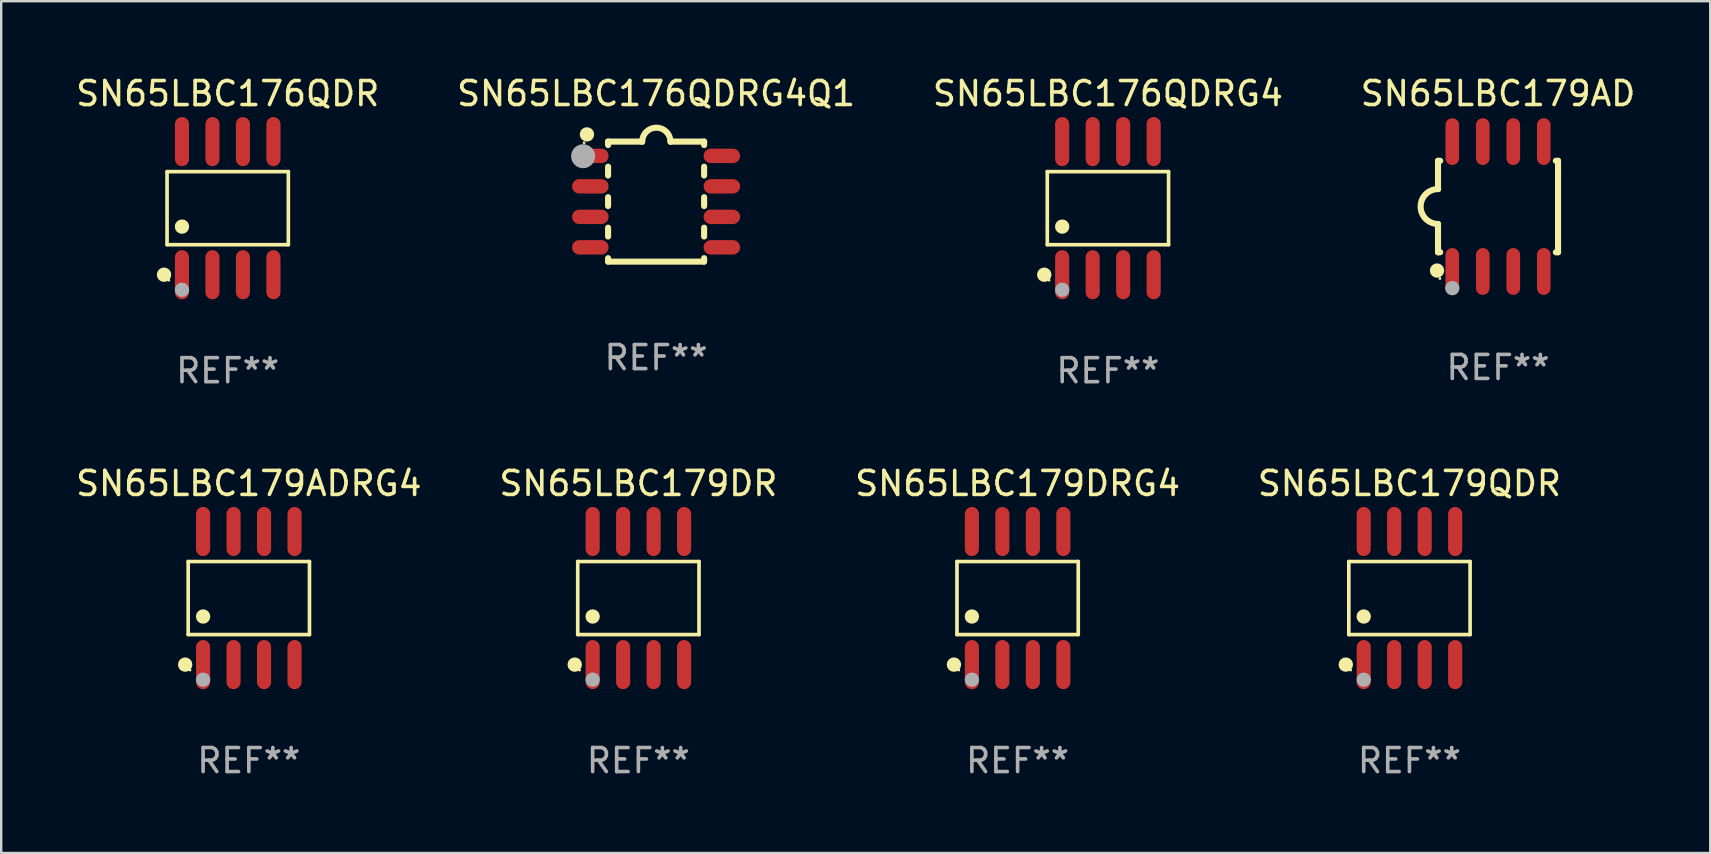
<source format=kicad_pcb>
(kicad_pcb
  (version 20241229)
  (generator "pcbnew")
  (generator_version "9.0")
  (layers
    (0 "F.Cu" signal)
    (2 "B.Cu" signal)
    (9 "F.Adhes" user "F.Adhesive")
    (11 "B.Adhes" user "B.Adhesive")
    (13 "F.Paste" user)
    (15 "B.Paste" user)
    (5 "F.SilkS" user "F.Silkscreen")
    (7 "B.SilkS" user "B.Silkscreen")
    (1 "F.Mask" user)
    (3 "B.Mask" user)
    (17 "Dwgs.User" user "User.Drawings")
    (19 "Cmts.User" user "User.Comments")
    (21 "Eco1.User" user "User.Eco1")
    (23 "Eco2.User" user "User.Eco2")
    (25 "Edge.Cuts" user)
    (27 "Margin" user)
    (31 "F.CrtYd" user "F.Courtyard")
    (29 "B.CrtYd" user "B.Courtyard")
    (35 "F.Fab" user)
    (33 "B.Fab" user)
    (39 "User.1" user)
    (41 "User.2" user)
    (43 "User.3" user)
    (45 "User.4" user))
  (footprint "SN65LBC179AD"
    (layer "F.Cu")
    (at 59.351 5.553)
    (property "Reference" "SN65LBC179AD" (at 0 -4.705 0) (layer "F.SilkS") (effects (font (size 1 1) (thickness 0.15))))
    (attr through_hole)
    (fp_line (start -2.5 -1.905) (end -2.409 -1.905) (stroke (width 0.254) (type solid)) (layer "F.SilkS"))
    (fp_line (start -2.5 -1.5) (end -2.5 -1.905) (stroke (width 0.254) (type solid)) (layer "F.SilkS"))
    (fp_line (start -2.5 -1.5) (end -2.5 -0.726) (stroke (width 0.254) (type solid)) (layer "F.SilkS"))
    (fp_line (start -2.5 1.5) (end -2.5 0.727) (stroke (width 0.254) (type solid)) (layer "F.SilkS"))
    (fp_line (start -2.5 1.5) (end -2.5 1.905) (stroke (width 0.254) (type solid)) (layer "F.SilkS"))
    (fp_line (start -2.5 1.905) (end -2.409 1.905) (stroke (width 0.254) (type solid)) (layer "F.SilkS"))
    (fp_line (start 2.5 -1.905) (end 2.409 -1.905) (stroke (width 0.254) (type solid)) (layer "F.SilkS"))
    (fp_line (start 2.5 -1.5) (end 2.5 -1.905) (stroke (width 0.254) (type solid)) (layer "F.SilkS"))
    (fp_line (start 2.5 -1.5) (end 2.5 1.5) (stroke (width 0.254) (type solid)) (layer "F.SilkS"))
    (fp_line (start 2.5 1.5) (end 2.5 1.905) (stroke (width 0.254) (type solid)) (layer "F.SilkS"))
    (fp_line (start 2.5 1.905) (end 2.409 1.905) (stroke (width 0.254) (type solid)) (layer "F.SilkS"))
    (fp_arc (start -2.5 0.726568) (mid -3.220316 -0.0023) (end -2.495097 -0.726289) (stroke (width 0.254001) (type solid)) (layer "F.SilkS"))
    (fp_circle (center -2.54 2.667) (end -2.39 2.667) (stroke (width 0.3) (type solid)) (fill no) (layer "F.SilkS"))
    (fp_circle (center -2.42 3) (end -2.39 3) (stroke (width 0.06) (type solid)) (fill no) (layer "F.SilkS"))
    (fp_circle (center -1.905 3.4) (end -1.755 3.4) (stroke (width 0.3) (type solid)) (fill no) (layer "F.Fab"))
    (fp_text user "REF**" (at 0 6.705 0) (layer "F.Fab") (effects (font (size 1 1) (thickness 0.15))))
    (pad "1" smd oval (at -1.905 2.705) (size 0.568 1.95) (layers "F.Cu" "F.Mask" "F.Paste"))
    (pad "2" smd oval (at -0.635 2.705) (size 0.568 1.95) (layers "F.Cu" "F.Mask" "F.Paste"))
    (pad "3" smd oval (at 0.635 2.705) (size 0.568 1.95) (layers "F.Cu" "F.Mask" "F.Paste"))
    (pad "4" smd oval (at 1.905 2.705) (size 0.568 1.95) (layers "F.Cu" "F.Mask" "F.Paste"))
    (pad "5" smd oval (at 1.905 -2.705) (size 0.568 1.95) (layers "F.Cu" "F.Mask" "F.Paste"))
    (pad "6" smd oval (at 0.635 -2.705) (size 0.568 1.95) (layers "F.Cu" "F.Mask" "F.Paste"))
    (pad "7" smd oval (at -0.635 -2.705) (size 0.568 1.95) (layers "F.Cu" "F.Mask" "F.Paste"))
    (pad "8" smd oval (at -1.905 -2.705) (size 0.568 1.95) (layers "F.Cu" "F.Mask" "F.Paste")))
  (footprint "SN65LBC179QDR"
    (layer "F.Cu")
    (at 55.661 21.862)
    (property "Reference" "SN65LBC179QDR" (at 0 -4.772 0) (layer "F.SilkS") (effects (font (size 1 1) (thickness 0.15))))
    (attr through_hole)
    (fp_line (start -2.526 -1.521) (end 2.526 -1.521) (stroke (width 0.152) (type solid)) (layer "F.SilkS"))
    (fp_line (start -2.526 1.521) (end -2.526 -1.521) (stroke (width 0.152) (type solid)) (layer "F.SilkS"))
    (fp_line (start 2.526 -1.521) (end 2.526 1.521) (stroke (width 0.152) (type solid)) (layer "F.SilkS"))
    (fp_line (start 2.526 1.521) (end -2.526 1.521) (stroke (width 0.152) (type solid)) (layer "F.SilkS"))
    (fp_circle (center -2.652 2.772) (end -2.501 2.772) (stroke (width 0.3) (type solid)) (fill no) (layer "F.SilkS"))
    (fp_circle (center -2.45 3) (end -2.42 3) (stroke (width 0.06) (type solid)) (fill no) (layer "F.SilkS"))
    (fp_circle (center -1.905 0.769) (end -1.755 0.769) (stroke (width 0.3) (type solid)) (fill no) (layer "F.SilkS"))
    (fp_circle (center -1.905 3.4) (end -1.755 3.4) (stroke (width 0.3) (type solid)) (fill no) (layer "F.Fab"))
    (fp_text user "REF**" (at 0 6.772 0) (layer "F.Fab") (effects (font (size 1 1) (thickness 0.15))))
    (pad "1" smd oval (at -1.905 2.772) (size 0.588 2.045) (layers "F.Cu" "F.Mask" "F.Paste"))
    (pad "2" smd oval (at -0.635 2.772) (size 0.588 2.045) (layers "F.Cu" "F.Mask" "F.Paste"))
    (pad "3" smd oval (at 0.635 2.772) (size 0.588 2.045) (layers "F.Cu" "F.Mask" "F.Paste"))
    (pad "4" smd oval (at 1.905 2.772) (size 0.588 2.045) (layers "F.Cu" "F.Mask" "F.Paste"))
    (pad "5" smd oval (at 1.905 -2.772) (size 0.588 2.045) (layers "F.Cu" "F.Mask" "F.Paste"))
    (pad "6" smd oval (at 0.635 -2.772) (size 0.588 2.045) (layers "F.Cu" "F.Mask" "F.Paste"))
    (pad "7" smd oval (at -0.635 -2.772) (size 0.588 2.045) (layers "F.Cu" "F.Mask" "F.Paste"))
    (pad "8" smd oval (at -1.905 -2.772) (size 0.588 2.045) (layers "F.Cu" "F.Mask" "F.Paste")))
  (footprint "SN65LBC179DRG4"
    (layer "F.Cu")
    (at 39.339 21.862)
    (property "Reference" "SN65LBC179DRG4" (at 0 -4.772 0) (layer "F.SilkS") (effects (font (size 1 1) (thickness 0.15))))
    (attr through_hole)
    (fp_line (start -2.526 -1.521) (end 2.526 -1.521) (stroke (width 0.152) (type solid)) (layer "F.SilkS"))
    (fp_line (start -2.526 1.521) (end -2.526 -1.521) (stroke (width 0.152) (type solid)) (layer "F.SilkS"))
    (fp_line (start 2.526 -1.521) (end 2.526 1.521) (stroke (width 0.152) (type solid)) (layer "F.SilkS"))
    (fp_line (start 2.526 1.521) (end -2.526 1.521) (stroke (width 0.152) (type solid)) (layer "F.SilkS"))
    (fp_circle (center -2.652 2.772) (end -2.501 2.772) (stroke (width 0.3) (type solid)) (fill no) (layer "F.SilkS"))
    (fp_circle (center -2.45 3) (end -2.42 3) (stroke (width 0.06) (type solid)) (fill no) (layer "F.SilkS"))
    (fp_circle (center -1.905 0.769) (end -1.755 0.769) (stroke (width 0.3) (type solid)) (fill no) (layer "F.SilkS"))
    (fp_circle (center -1.905 3.4) (end -1.755 3.4) (stroke (width 0.3) (type solid)) (fill no) (layer "F.Fab"))
    (fp_text user "REF**" (at 0 6.772 0) (layer "F.Fab") (effects (font (size 1 1) (thickness 0.15))))
    (pad "1" smd oval (at -1.905 2.772) (size 0.588 2.045) (layers "F.Cu" "F.Mask" "F.Paste"))
    (pad "2" smd oval (at -0.635 2.772) (size 0.588 2.045) (layers "F.Cu" "F.Mask" "F.Paste"))
    (pad "3" smd oval (at 0.635 2.772) (size 0.588 2.045) (layers "F.Cu" "F.Mask" "F.Paste"))
    (pad "4" smd oval (at 1.905 2.772) (size 0.588 2.045) (layers "F.Cu" "F.Mask" "F.Paste"))
    (pad "5" smd oval (at 1.905 -2.772) (size 0.588 2.045) (layers "F.Cu" "F.Mask" "F.Paste"))
    (pad "6" smd oval (at 0.635 -2.772) (size 0.588 2.045) (layers "F.Cu" "F.Mask" "F.Paste"))
    (pad "7" smd oval (at -0.635 -2.772) (size 0.588 2.045) (layers "F.Cu" "F.Mask" "F.Paste"))
    (pad "8" smd oval (at -1.905 -2.772) (size 0.588 2.045) (layers "F.Cu" "F.Mask" "F.Paste")))
  (footprint "SN65LBC176QDRG4"
    (layer "F.Cu")
    (at 43.101 5.621)
    (property "Reference" "SN65LBC176QDRG4" (at 0 -4.772 0) (layer "F.SilkS") (effects (font (size 1 1) (thickness 0.15))))
    (attr through_hole)
    (fp_line (start -2.526 -1.521) (end 2.526 -1.521) (stroke (width 0.152) (type solid)) (layer "F.SilkS"))
    (fp_line (start -2.526 1.521) (end -2.526 -1.521) (stroke (width 0.152) (type solid)) (layer "F.SilkS"))
    (fp_line (start 2.526 -1.521) (end 2.526 1.521) (stroke (width 0.152) (type solid)) (layer "F.SilkS"))
    (fp_line (start 2.526 1.521) (end -2.526 1.521) (stroke (width 0.152) (type solid)) (layer "F.SilkS"))
    (fp_circle (center -2.652 2.772) (end -2.501 2.772) (stroke (width 0.3) (type solid)) (fill no) (layer "F.SilkS"))
    (fp_circle (center -2.45 3) (end -2.42 3) (stroke (width 0.06) (type solid)) (fill no) (layer "F.SilkS"))
    (fp_circle (center -1.905 0.769) (end -1.755 0.769) (stroke (width 0.3) (type solid)) (fill no) (layer "F.SilkS"))
    (fp_circle (center -1.905 3.4) (end -1.755 3.4) (stroke (width 0.3) (type solid)) (fill no) (layer "F.Fab"))
    (fp_text user "REF**" (at 0 6.772 0) (layer "F.Fab") (effects (font (size 1 1) (thickness 0.15))))
    (pad "1" smd oval (at -1.905 2.772) (size 0.588 2.045) (layers "F.Cu" "F.Mask" "F.Paste"))
    (pad "2" smd oval (at -0.635 2.772) (size 0.588 2.045) (layers "F.Cu" "F.Mask" "F.Paste"))
    (pad "3" smd oval (at 0.635 2.772) (size 0.588 2.045) (layers "F.Cu" "F.Mask" "F.Paste"))
    (pad "4" smd oval (at 1.905 2.772) (size 0.588 2.045) (layers "F.Cu" "F.Mask" "F.Paste"))
    (pad "5" smd oval (at 1.905 -2.772) (size 0.588 2.045) (layers "F.Cu" "F.Mask" "F.Paste"))
    (pad "6" smd oval (at 0.635 -2.772) (size 0.588 2.045) (layers "F.Cu" "F.Mask" "F.Paste"))
    (pad "7" smd oval (at -0.635 -2.772) (size 0.588 2.045) (layers "F.Cu" "F.Mask" "F.Paste"))
    (pad "8" smd oval (at -1.905 -2.772) (size 0.588 2.045) (layers "F.Cu" "F.Mask" "F.Paste")))
  (footprint "SN65LBC179ADRG4"
    (layer "F.Cu")
    (at 7.315 21.862)
    (property "Reference" "SN65LBC179ADRG4" (at 0 -4.772 0) (layer "F.SilkS") (effects (font (size 1 1) (thickness 0.15))))
    (attr through_hole)
    (fp_line (start -2.526 -1.521) (end 2.526 -1.521) (stroke (width 0.152) (type solid)) (layer "F.SilkS"))
    (fp_line (start -2.526 1.521) (end -2.526 -1.521) (stroke (width 0.152) (type solid)) (layer "F.SilkS"))
    (fp_line (start 2.526 -1.521) (end 2.526 1.521) (stroke (width 0.152) (type solid)) (layer "F.SilkS"))
    (fp_line (start 2.526 1.521) (end -2.526 1.521) (stroke (width 0.152) (type solid)) (layer "F.SilkS"))
    (fp_circle (center -2.652 2.772) (end -2.501 2.772) (stroke (width 0.3) (type solid)) (fill no) (layer "F.SilkS"))
    (fp_circle (center -2.45 3) (end -2.42 3) (stroke (width 0.06) (type solid)) (fill no) (layer "F.SilkS"))
    (fp_circle (center -1.905 0.769) (end -1.755 0.769) (stroke (width 0.3) (type solid)) (fill no) (layer "F.SilkS"))
    (fp_circle (center -1.905 3.4) (end -1.755 3.4) (stroke (width 0.3) (type solid)) (fill no) (layer "F.Fab"))
    (fp_text user "REF**" (at 0 6.772 0) (layer "F.Fab") (effects (font (size 1 1) (thickness 0.15))))
    (pad "1" smd oval (at -1.905 2.772) (size 0.588 2.045) (layers "F.Cu" "F.Mask" "F.Paste"))
    (pad "2" smd oval (at -0.635 2.772) (size 0.588 2.045) (layers "F.Cu" "F.Mask" "F.Paste"))
    (pad "3" smd oval (at 0.635 2.772) (size 0.588 2.045) (layers "F.Cu" "F.Mask" "F.Paste"))
    (pad "4" smd oval (at 1.905 2.772) (size 0.588 2.045) (layers "F.Cu" "F.Mask" "F.Paste"))
    (pad "5" smd oval (at 1.905 -2.772) (size 0.588 2.045) (layers "F.Cu" "F.Mask" "F.Paste"))
    (pad "6" smd oval (at 0.635 -2.772) (size 0.588 2.045) (layers "F.Cu" "F.Mask" "F.Paste"))
    (pad "7" smd oval (at -0.635 -2.772) (size 0.588 2.045) (layers "F.Cu" "F.Mask" "F.Paste"))
    (pad "8" smd oval (at -1.905 -2.772) (size 0.588 2.045) (layers "F.Cu" "F.Mask" "F.Paste")))
  (footprint "SN65LBC176QDRG4Q1"
    (layer "F.Cu")
    (at 24.28 5.348)
    (property "Reference" "SN65LBC176QDRG4Q1" (at 0 -4.5 0) (layer "F.SilkS") (effects (font (size 1 1) (thickness 0.15))))
    (attr through_hole)
    (fp_line (start -2 -2.5) (end -2 -2.356) (stroke (width 0.254) (type solid)) (layer "F.SilkS"))
    (fp_line (start -2 -1.454) (end -2 -1.086) (stroke (width 0.254) (type solid)) (layer "F.SilkS"))
    (fp_line (start -2 -0.184) (end -2 0.184) (stroke (width 0.254) (type solid)) (layer "F.SilkS"))
    (fp_line (start -2 1.086) (end -2 1.454) (stroke (width 0.254) (type solid)) (layer "F.SilkS"))
    (fp_line (start -2 2.356) (end -2 2.5) (stroke (width 0.254) (type solid)) (layer "F.SilkS"))
    (fp_line (start -0.58 -2.5) (end -2 -2.5) (stroke (width 0.254) (type solid)) (layer "F.SilkS"))
    (fp_line (start 2 -2.5) (end 0.6 -2.5) (stroke (width 0.254) (type solid)) (layer "F.SilkS"))
    (fp_line (start 2 -2.5) (end 2 -2.356) (stroke (width 0.254) (type solid)) (layer "F.SilkS"))
    (fp_line (start 2 -1.454) (end 2 -1.086) (stroke (width 0.254) (type solid)) (layer "F.SilkS"))
    (fp_line (start 2 -0.184) (end 2 0.184) (stroke (width 0.254) (type solid)) (layer "F.SilkS"))
    (fp_line (start 2 1.086) (end 2 1.454) (stroke (width 0.254) (type solid)) (layer "F.SilkS"))
    (fp_line (start 2 2.356) (end 2 2.5) (stroke (width 0.254) (type solid)) (layer "F.SilkS"))
    (fp_line (start 2 2.5) (end -2 2.5) (stroke (width 0.254) (type solid)) (layer "F.SilkS"))
    (fp_arc (start -0.579908 -2.489992) (mid 0.010097 -3.07831) (end 0.600102 -2.489992) (stroke (width 0.254001) (type solid)) (layer "F.SilkS"))
    (fp_circle (center -3 -2.45) (end -2.97 -2.45) (stroke (width 0.06) (type solid)) (fill no) (layer "F.SilkS"))
    (fp_circle (center -2.88 -2.8) (end -2.73 -2.8) (stroke (width 0.3) (type solid)) (fill no) (layer "F.SilkS"))
    (fp_circle (center -3.04 -1.89) (end -2.79 -1.89) (stroke (width 0.5) (type solid)) (fill no) (layer "F.Fab"))
    (fp_text user "REF**" (at 0 6.5 0) (layer "F.Fab") (effects (font (size 1 1) (thickness 0.15))))
    (pad "1" smd oval (at -2.74 -1.905 90) (size 0.6 1.52) (layers "F.Cu" "F.Mask" "F.Paste"))
    (pad "2" smd oval (at -2.74 -0.635 90) (size 0.6 1.52) (layers "F.Cu" "F.Mask" "F.Paste"))
    (pad "3" smd oval (at -2.74 0.635 90) (size 0.6 1.52) (layers "F.Cu" "F.Mask" "F.Paste"))
    (pad "4" smd oval (at -2.74 1.905 90) (size 0.6 1.52) (layers "F.Cu" "F.Mask" "F.Paste"))
    (pad "5" smd oval (at 2.74 1.905 90) (size 0.6 1.52) (layers "F.Cu" "F.Mask" "F.Paste"))
    (pad "6" smd oval (at 2.74 0.635 90) (size 0.6 1.52) (layers "F.Cu" "F.Mask" "F.Paste"))
    (pad "7" smd oval (at 2.74 -0.635 90) (size 0.6 1.52) (layers "F.Cu" "F.Mask" "F.Paste"))
    (pad "8" smd oval (at 2.74 -1.905 90) (size 0.6 1.52) (layers "F.Cu" "F.Mask" "F.Paste")))
  (footprint "SN65LBC176QDR"
    (layer "F.Cu")
    (at 6.435 5.621)
    (property "Reference" "SN65LBC176QDR" (at 0 -4.772 0) (layer "F.SilkS") (effects (font (size 1 1) (thickness 0.15))))
    (attr through_hole)
    (fp_line (start -2.526 -1.521) (end 2.526 -1.521) (stroke (width 0.152) (type solid)) (layer "F.SilkS"))
    (fp_line (start -2.526 1.521) (end -2.526 -1.521) (stroke (width 0.152) (type solid)) (layer "F.SilkS"))
    (fp_line (start 2.526 -1.521) (end 2.526 1.521) (stroke (width 0.152) (type solid)) (layer "F.SilkS"))
    (fp_line (start 2.526 1.521) (end -2.526 1.521) (stroke (width 0.152) (type solid)) (layer "F.SilkS"))
    (fp_circle (center -2.652 2.772) (end -2.501 2.772) (stroke (width 0.3) (type solid)) (fill no) (layer "F.SilkS"))
    (fp_circle (center -2.45 3) (end -2.42 3) (stroke (width 0.06) (type solid)) (fill no) (layer "F.SilkS"))
    (fp_circle (center -1.905 0.769) (end -1.755 0.769) (stroke (width 0.3) (type solid)) (fill no) (layer "F.SilkS"))
    (fp_circle (center -1.905 3.4) (end -1.755 3.4) (stroke (width 0.3) (type solid)) (fill no) (layer "F.Fab"))
    (fp_text user "REF**" (at 0 6.772 0) (layer "F.Fab") (effects (font (size 1 1) (thickness 0.15))))
    (pad "1" smd oval (at -1.905 2.772) (size 0.588 2.045) (layers "F.Cu" "F.Mask" "F.Paste"))
    (pad "2" smd oval (at -0.635 2.772) (size 0.588 2.045) (layers "F.Cu" "F.Mask" "F.Paste"))
    (pad "3" smd oval (at 0.635 2.772) (size 0.588 2.045) (layers "F.Cu" "F.Mask" "F.Paste"))
    (pad "4" smd oval (at 1.905 2.772) (size 0.588 2.045) (layers "F.Cu" "F.Mask" "F.Paste"))
    (pad "5" smd oval (at 1.905 -2.772) (size 0.588 2.045) (layers "F.Cu" "F.Mask" "F.Paste"))
    (pad "6" smd oval (at 0.635 -2.772) (size 0.588 2.045) (layers "F.Cu" "F.Mask" "F.Paste"))
    (pad "7" smd oval (at -0.635 -2.772) (size 0.588 2.045) (layers "F.Cu" "F.Mask" "F.Paste"))
    (pad "8" smd oval (at -1.905 -2.772) (size 0.588 2.045) (layers "F.Cu" "F.Mask" "F.Paste")))
  (footprint "SN65LBC179DR"
    (layer "F.Cu")
    (at 23.542 21.862)
    (property "Reference" "SN65LBC179DR" (at 0 -4.772 0) (layer "F.SilkS") (effects (font (size 1 1) (thickness 0.15))))
    (attr through_hole)
    (fp_line (start -2.526 -1.521) (end 2.526 -1.521) (stroke (width 0.152) (type solid)) (layer "F.SilkS"))
    (fp_line (start -2.526 1.521) (end -2.526 -1.521) (stroke (width 0.152) (type solid)) (layer "F.SilkS"))
    (fp_line (start 2.526 -1.521) (end 2.526 1.521) (stroke (width 0.152) (type solid)) (layer "F.SilkS"))
    (fp_line (start 2.526 1.521) (end -2.526 1.521) (stroke (width 0.152) (type solid)) (layer "F.SilkS"))
    (fp_circle (center -2.652 2.772) (end -2.501 2.772) (stroke (width 0.3) (type solid)) (fill no) (layer "F.SilkS"))
    (fp_circle (center -2.45 3) (end -2.42 3) (stroke (width 0.06) (type solid)) (fill no) (layer "F.SilkS"))
    (fp_circle (center -1.905 0.769) (end -1.755 0.769) (stroke (width 0.3) (type solid)) (fill no) (layer "F.SilkS"))
    (fp_circle (center -1.905 3.4) (end -1.755 3.4) (stroke (width 0.3) (type solid)) (fill no) (layer "F.Fab"))
    (fp_text user "REF**" (at 0 6.772 0) (layer "F.Fab") (effects (font (size 1 1) (thickness 0.15))))
    (pad "1" smd oval (at -1.905 2.772) (size 0.588 2.045) (layers "F.Cu" "F.Mask" "F.Paste"))
    (pad "2" smd oval (at -0.635 2.772) (size 0.588 2.045) (layers "F.Cu" "F.Mask" "F.Paste"))
    (pad "3" smd oval (at 0.635 2.772) (size 0.588 2.045) (layers "F.Cu" "F.Mask" "F.Paste"))
    (pad "4" smd oval (at 1.905 2.772) (size 0.588 2.045) (layers "F.Cu" "F.Mask" "F.Paste"))
    (pad "5" smd oval (at 1.905 -2.772) (size 0.588 2.045) (layers "F.Cu" "F.Mask" "F.Paste"))
    (pad "6" smd oval (at 0.635 -2.772) (size 0.588 2.045) (layers "F.Cu" "F.Mask" "F.Paste"))
    (pad "7" smd oval (at -0.635 -2.772) (size 0.588 2.045) (layers "F.Cu" "F.Mask" "F.Paste"))
    (pad "8" smd oval (at -1.905 -2.772) (size 0.588 2.045) (layers "F.Cu" "F.Mask" "F.Paste")))
  (gr_rect
    (start -3 -3)
    (end 68.19 32.483)
    (stroke (width 0.1) (type default))
    (fill no)
    (layer "Edge.Cuts")))
</source>
